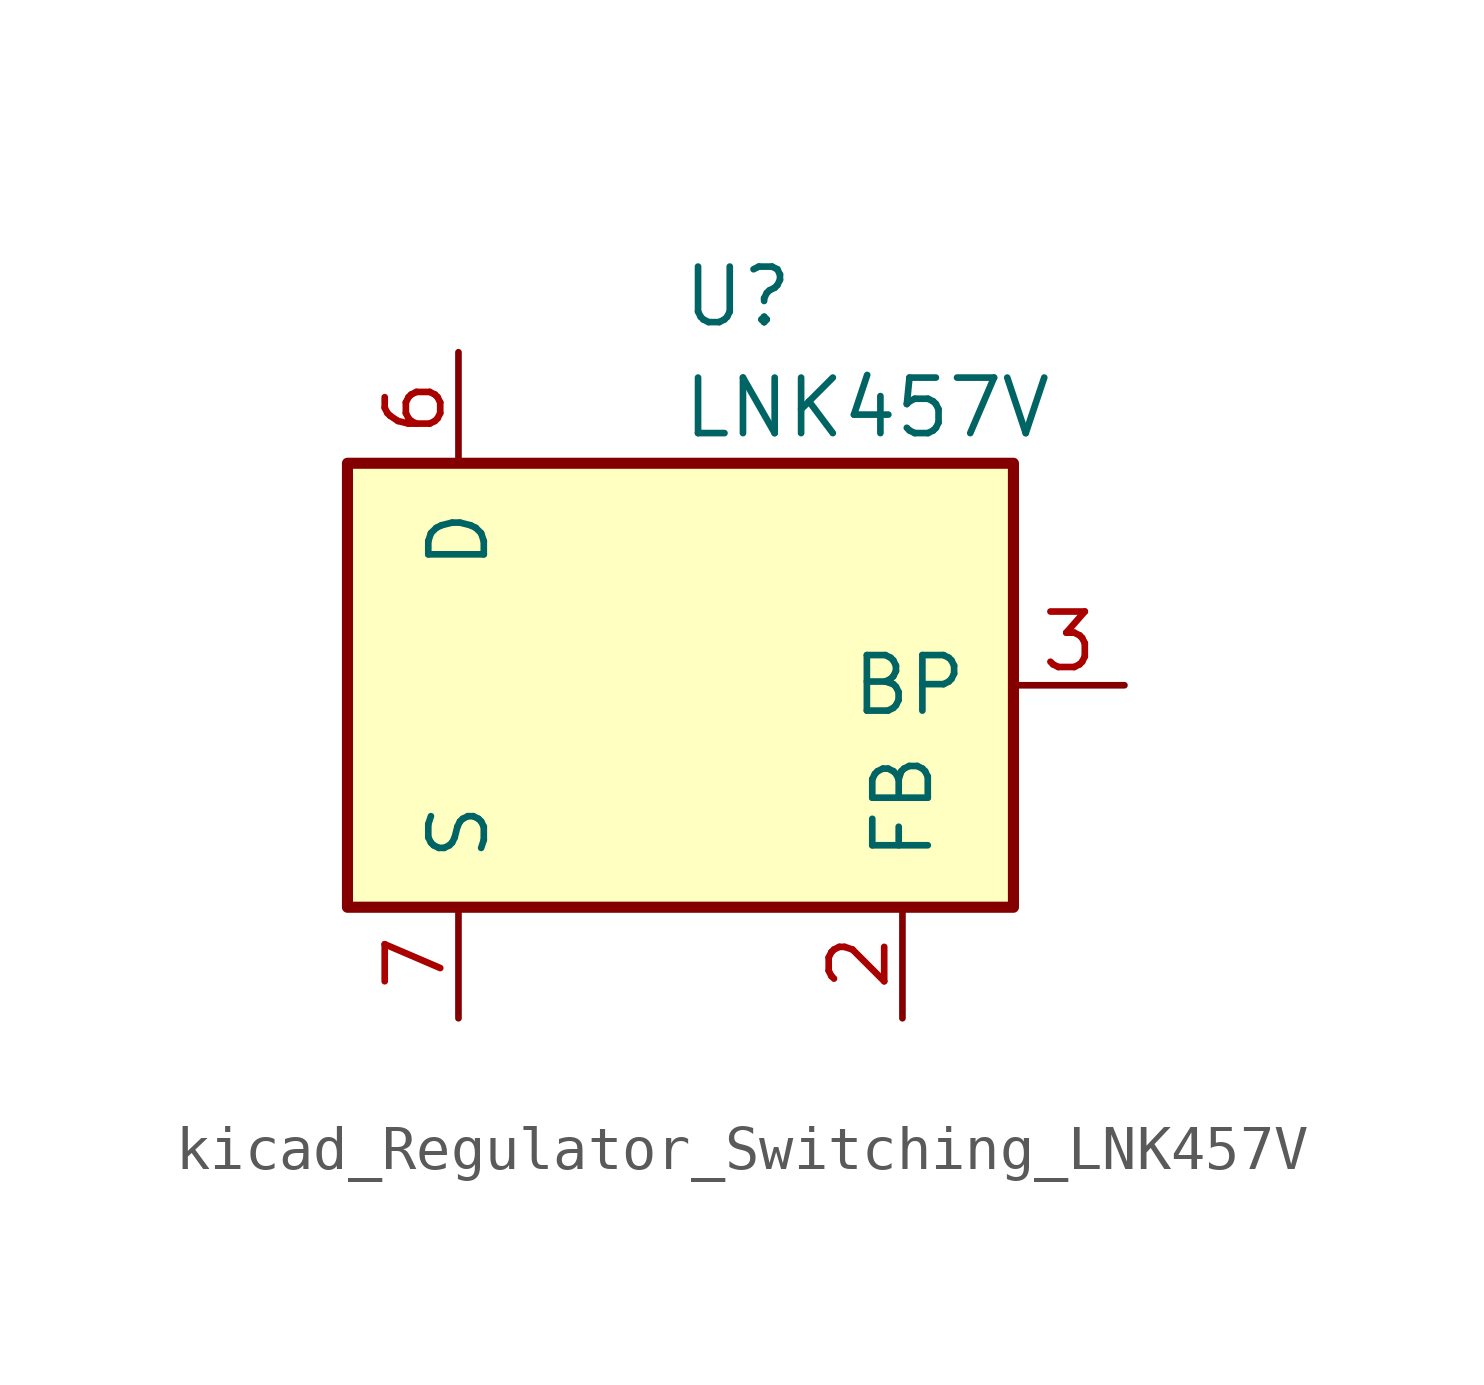
<source format=kicad_sym>
(kicad_symbol_lib
  (version 20220914)
  (generator kicad_symbol_editor)
  (symbol "kicad_Regulator_Switching_LNK457V"
    (pin_names
      (offset 1.016))
    (property "Reference" "U"
      (at 0 8.89 0)
      (effects (font (size 1.27 1.27)) (justify left)))
    (property "Value" "LNK457V"
      (at 0 6.35 0)
      (effects (font (size 1.27 1.27)) (justify left)))
    (symbol "kicad_Regulator_Switching_LNK457V_0_1"
      (rectangle (start -7.62 5.08) (end 7.62 -5.08) (stroke (width 0.254) (type default)) (fill (type background))))
    (symbol "kicad_Regulator_Switching_LNK457V_1_1"
      (pin no_connect line (at -2.54 5.08 270) (length 2.54) hide (name "NC" (effects (font (size 1.27 1.27)))) (number "1" (effects (font (size 1.27 1.27)))))
      (pin passive line (at -5.08 -7.62 90) (length 2.54) hide (name "S" (effects (font (size 1.27 1.27)))) (number "10" (effects (font (size 1.27 1.27)))))
      (pin passive line (at -5.08 -7.62 90) (length 2.54) hide (name "S" (effects (font (size 1.27 1.27)))) (number "11" (effects (font (size 1.27 1.27)))))
      (pin passive line (at -5.08 -7.62 90) (length 2.54) hide (name "S" (effects (font (size 1.27 1.27)))) (number "12" (effects (font (size 1.27 1.27)))))
      (pin input line (at 5.08 -7.62 90) (length 2.54) (name "FB" (effects (font (size 1.27 1.27)))) (number "2" (effects (font (size 1.27 1.27)))))
      (pin input line (at 10.16 0 180) (length 2.54) (name "BP" (effects (font (size 1.27 1.27)))) (number "3" (effects (font (size 1.27 1.27)))))
      (pin no_connect line (at 0 5.08 270) (length 2.54) hide (name "NC" (effects (font (size 1.27 1.27)))) (number "4" (effects (font (size 1.27 1.27)))))
      (pin open_collector line (at -5.08 7.62 270) (length 2.54) (name "D" (effects (font (size 1.27 1.27)))) (number "6" (effects (font (size 1.27 1.27)))))
      (pin power_in line (at -5.08 -7.62 90) (length 2.54) (name "S" (effects (font (size 1.27 1.27)))) (number "7" (effects (font (size 1.27 1.27)))))
      (pin passive line (at -5.08 -7.62 90) (length 2.54) hide (name "S" (effects (font (size 1.27 1.27)))) (number "8" (effects (font (size 1.27 1.27)))))
      (pin passive line (at -5.08 -7.62 90) (length 2.54) hide (name "S" (effects (font (size 1.27 1.27)))) (number "9" (effects (font (size 1.27 1.27))))))))
</source>
